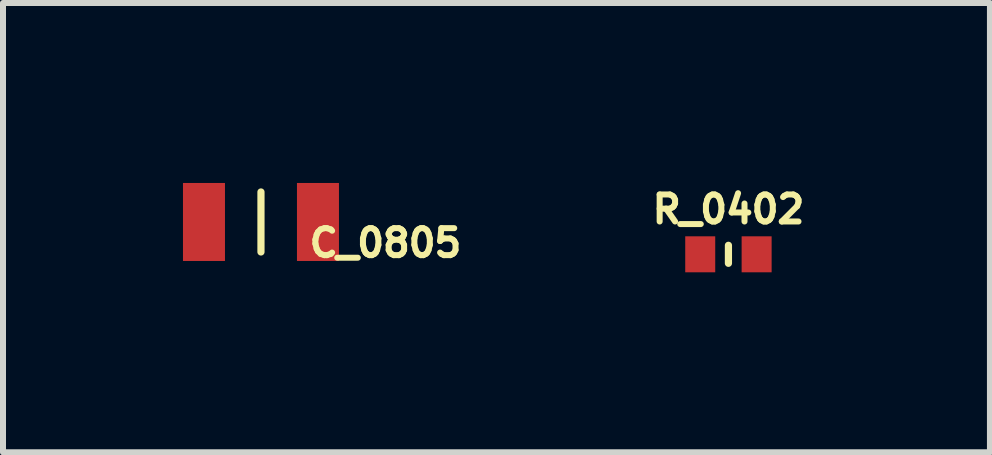
<source format=kicad_pcb>
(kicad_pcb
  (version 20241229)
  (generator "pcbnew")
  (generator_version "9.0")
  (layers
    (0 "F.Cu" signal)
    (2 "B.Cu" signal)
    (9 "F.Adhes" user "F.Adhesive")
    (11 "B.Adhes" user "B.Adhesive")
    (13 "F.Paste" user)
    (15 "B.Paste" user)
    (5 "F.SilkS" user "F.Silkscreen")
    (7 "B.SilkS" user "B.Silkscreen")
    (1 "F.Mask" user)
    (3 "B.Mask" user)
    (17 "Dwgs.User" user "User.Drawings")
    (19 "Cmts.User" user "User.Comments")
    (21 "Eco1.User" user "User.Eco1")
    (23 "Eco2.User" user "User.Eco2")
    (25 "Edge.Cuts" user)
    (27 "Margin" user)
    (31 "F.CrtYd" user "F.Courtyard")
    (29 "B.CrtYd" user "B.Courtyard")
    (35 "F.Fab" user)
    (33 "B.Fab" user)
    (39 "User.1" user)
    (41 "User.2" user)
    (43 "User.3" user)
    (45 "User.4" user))
  (footprint "R_0402"
    (layer "F.Cu")
    (at 9.092 1.189)
    (property "Reference" "R_0402" (at 0 -0.75 0) (layer "F.SilkS") (effects (font (size 0.45 0.45) (thickness 0.1))))
    (attr smd)
    (fp_line (start 0 0.15) (end 0 -0.15) (stroke (width 0.12) (type solid)) (layer "F.SilkS"))
    (pad "1" smd rect (at -0.47 0) (size 0.5 0.6) (layers "F.Cu" "F.Mask" "F.Paste"))
    (pad "2" smd rect (at 0.47 0) (size 0.5 0.6) (layers "F.Cu" "F.Mask" "F.Paste")))
  (footprint "C_0805"
    (layer "F.Cu")
    (at 1.3 0.65)
    (property "Reference" "C_0805" (at 2.075 0.35 180) (layer "F.SilkS") (effects (font (size 0.45 0.45) (thickness 0.1))))
    (attr smd)
    (fp_line (start 0 -0.5) (end 0 0.5) (stroke (width 0.12) (type solid)) (layer "F.SilkS"))
    (pad "1" smd rect (at -0.95 0 180) (size 0.7 1.3) (layers "F.Cu" "F.Mask" "F.Paste"))
    (pad "2" smd rect (at 0.95 0 180) (size 0.7 1.3) (layers "F.Cu" "F.Mask" "F.Paste")))
  (gr_rect
    (start -3 -3)
    (end 13.451 4.489)
    (stroke (width 0.1) (type default))
    (fill no)
    (layer "Edge.Cuts")))
</source>
